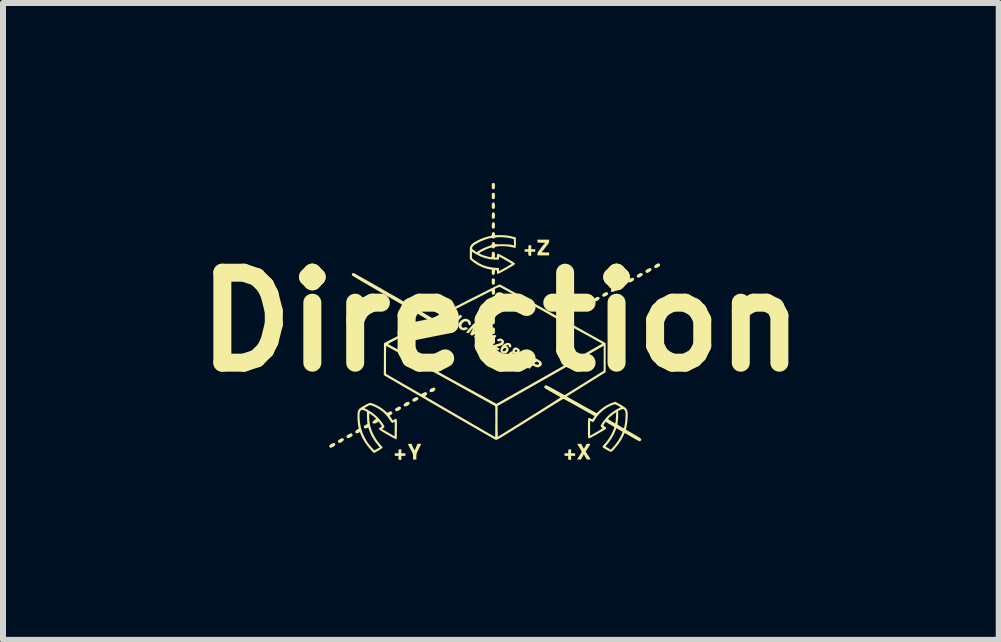
<source format=kicad_pcb>
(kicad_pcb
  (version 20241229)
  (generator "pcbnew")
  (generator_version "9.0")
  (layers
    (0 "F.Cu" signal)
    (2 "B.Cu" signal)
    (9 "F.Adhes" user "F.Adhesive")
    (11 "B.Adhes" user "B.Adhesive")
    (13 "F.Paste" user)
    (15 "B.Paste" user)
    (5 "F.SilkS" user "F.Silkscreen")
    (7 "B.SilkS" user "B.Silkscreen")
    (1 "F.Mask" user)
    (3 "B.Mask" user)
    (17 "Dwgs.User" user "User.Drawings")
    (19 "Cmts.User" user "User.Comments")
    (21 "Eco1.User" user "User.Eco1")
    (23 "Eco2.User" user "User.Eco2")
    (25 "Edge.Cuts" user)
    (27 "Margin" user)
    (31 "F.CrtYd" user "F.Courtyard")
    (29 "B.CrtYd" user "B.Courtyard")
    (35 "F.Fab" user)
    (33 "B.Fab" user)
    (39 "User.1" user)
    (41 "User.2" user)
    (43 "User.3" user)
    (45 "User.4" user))
  (footprint "Direction"
    (layer "F.Cu")
    (at 5.3 2.318)
    (property "Reference" "Direction" (at 0 0 0) (layer "F.SilkS") (effects (font (size 1.5 1.5) (thickness 0.3))))
    (attr board_only exclude_from_pos_files exclude_from_bom)
    (fp_poly (pts (xy -1.107 1.096) (xy -1.096 1.104) (xy -1.092 1.118) (xy -1.096 1.134) (xy -1.11 1.15) (xy -1.121 1.157) (xy -1.146 1.168) (xy -1.167 1.17) (xy -1.182 1.164) (xy -1.19 1.149) (xy -1.186 1.133) (xy -1.172 1.116) (xy -1.148 1.101) (xy -1.125 1.094)) (stroke (width 0) (type solid)) (fill yes) (layer "F.SilkS"))
    (fp_poly (pts (xy -1.533 1.332) (xy -1.525 1.339) (xy -1.519 1.353) (xy -1.525 1.369) (xy -1.541 1.386) (xy -1.552 1.393) (xy -1.578 1.405) (xy -1.6 1.408) (xy -1.615 1.401) (xy -1.622 1.388) (xy -1.617 1.372) (xy -1.602 1.356) (xy -1.577 1.34) (xy -1.575 1.339) (xy -1.551 1.331)) (stroke (width 0) (type solid)) (fill yes) (layer "F.SilkS"))
    (fp_poly (pts (xy -1.382 1.259) (xy -1.375 1.269) (xy -1.376 1.284) (xy -1.389 1.3) (xy -1.413 1.316) (xy -1.416 1.318) (xy -1.441 1.328) (xy -1.458 1.328) (xy -1.469 1.322) (xy -1.475 1.309) (xy -1.475 1.294) (xy -1.468 1.282) (xy -1.442 1.265) (xy -1.417 1.255) (xy -1.397 1.253)) (stroke (width 0) (type solid)) (fill yes) (layer "F.SilkS"))
    (fp_poly (pts (xy -0.294 0.226) (xy -0.277 0.236) (xy -0.266 0.245) (xy -0.262 0.249) (xy -0.266 0.256) (xy -0.276 0.267) (xy -0.29 0.279) (xy -0.322 0.261) (xy -0.339 0.251) (xy -0.35 0.242) (xy -0.354 0.238) (xy -0.35 0.231) (xy -0.34 0.221) (xy -0.34 0.221) (xy -0.326 0.208)) (stroke (width 0) (type solid)) (fill yes) (layer "F.SilkS"))
    (fp_poly (pts (xy 1.929 -0.568) (xy 1.933 -0.551) (xy 1.929 -0.539) (xy 1.916 -0.527) (xy 1.904 -0.518) (xy 1.877 -0.504) (xy 1.855 -0.501) (xy 1.84 -0.507) (xy 1.835 -0.515) (xy 1.832 -0.531) (xy 1.841 -0.546) (xy 1.862 -0.561) (xy 1.874 -0.568) (xy 1.899 -0.577) (xy 1.917 -0.577)) (stroke (width 0) (type solid)) (fill yes) (layer "F.SilkS"))
    (fp_poly (pts (xy 2.072 -0.651) (xy 2.079 -0.638) (xy 2.074 -0.622) (xy 2.059 -0.606) (xy 2.034 -0.59) (xy 2.033 -0.589) (xy 2.008 -0.58) (xy 1.991 -0.582) (xy 1.982 -0.588) (xy 1.977 -0.603) (xy 1.982 -0.619) (xy 1.998 -0.635) (xy 2.01 -0.643) (xy 2.038 -0.655) (xy 2.058 -0.658)) (stroke (width 0) (type solid)) (fill yes) (layer "F.SilkS"))
    (fp_poly (pts (xy -2.634 1.938) (xy -2.629 1.94) (xy -2.618 1.952) (xy -2.619 1.967) (xy -2.63 1.984) (xy -2.644 1.995) (xy -2.669 2.01) (xy -2.688 2.016) (xy -2.703 2.013) (xy -2.71 2.007) (xy -2.718 1.992) (xy -2.713 1.976) (xy -2.696 1.961) (xy -2.675 1.949) (xy -2.656 1.94) (xy -2.643 1.936)) (stroke (width 0) (type solid)) (fill yes) (layer "F.SilkS"))
    (fp_poly (pts (xy 0.436 0.645) (xy 0.454 0.655) (xy 0.47 0.665) (xy 0.473 0.667) (xy 0.48 0.674) (xy 0.48 0.679) (xy 0.472 0.688) (xy 0.47 0.691) (xy 0.454 0.706) (xy 0.422 0.688) (xy 0.405 0.678) (xy 0.394 0.669) (xy 0.39 0.665) (xy 0.394 0.657) (xy 0.401 0.646) (xy 0.412 0.633)) (stroke (width 0) (type solid)) (fill yes) (layer "F.SilkS"))
    (fp_poly (pts (xy 1.196 -0.178) (xy 1.202 -0.173) (xy 1.213 -0.158) (xy 1.211 -0.143) (xy 1.197 -0.128) (xy 1.174 -0.114) (xy 1.151 -0.104) (xy 1.135 -0.101) (xy 1.123 -0.104) (xy 1.12 -0.106) (xy 1.111 -0.119) (xy 1.113 -0.134) (xy 1.126 -0.151) (xy 1.137 -0.159) (xy 1.162 -0.174) (xy 1.181 -0.18)) (stroke (width 0) (type solid)) (fill yes) (layer "F.SilkS"))
    (fp_poly (pts (xy 1.493 -0.334) (xy 1.501 -0.32) (xy 1.498 -0.304) (xy 1.485 -0.288) (xy 1.463 -0.274) (xy 1.434 -0.263) (xy 1.433 -0.262) (xy 1.417 -0.261) (xy 1.406 -0.268) (xy 1.398 -0.281) (xy 1.398 -0.293) (xy 1.408 -0.306) (xy 1.428 -0.321) (xy 1.441 -0.328) (xy 1.464 -0.339) (xy 1.481 -0.341)) (stroke (width 0) (type solid)) (fill yes) (layer "F.SilkS"))
    (fp_poly (pts (xy 1.637 -0.413) (xy 1.637 -0.413) (xy 1.646 -0.4) (xy 1.644 -0.386) (xy 1.631 -0.37) (xy 1.612 -0.357) (xy 1.585 -0.345) (xy 1.564 -0.342) (xy 1.55 -0.349) (xy 1.543 -0.363) (xy 1.548 -0.378) (xy 1.563 -0.394) (xy 1.588 -0.41) (xy 1.59 -0.411) (xy 1.609 -0.419) (xy 1.623 -0.42)) (stroke (width 0) (type solid)) (fill yes) (layer "F.SilkS"))
    (fp_poly (pts (xy 1.779 -0.491) (xy 1.785 -0.482) (xy 1.788 -0.468) (xy 1.781 -0.454) (xy 1.764 -0.441) (xy 1.749 -0.432) (xy 1.725 -0.423) (xy 1.706 -0.422) (xy 1.696 -0.426) (xy 1.691 -0.436) (xy 1.69 -0.449) (xy 1.695 -0.461) (xy 1.706 -0.472) (xy 1.722 -0.483) (xy 1.747 -0.495) (xy 1.766 -0.498)) (stroke (width 0) (type solid)) (fill yes) (layer "F.SilkS"))
    (fp_poly (pts (xy -2.487 1.859) (xy -2.482 1.863) (xy -2.471 1.878) (xy -2.472 1.893) (xy -2.485 1.908) (xy -2.51 1.923) (xy -2.532 1.933) (xy -2.548 1.936) (xy -2.56 1.933) (xy -2.563 1.931) (xy -2.573 1.918) (xy -2.572 1.903) (xy -2.559 1.887) (xy -2.536 1.872) (xy -2.519 1.863) (xy -2.504 1.857) (xy -2.494 1.855)) (stroke (width 0) (type solid)) (fill yes) (layer "F.SilkS"))
    (fp_poly (pts (xy -1.676 1.413) (xy -1.672 1.416) (xy -1.664 1.431) (xy -1.668 1.447) (xy -1.682 1.463) (xy -1.706 1.478) (xy -1.73 1.487) (xy -1.749 1.486) (xy -1.761 1.476) (xy -1.763 1.472) (xy -1.766 1.46) (xy -1.762 1.449) (xy -1.751 1.439) (xy -1.731 1.426) (xy -1.728 1.424) (xy -1.704 1.413) (xy -1.688 1.409)) (stroke (width 0) (type solid)) (fill yes) (layer "F.SilkS"))
    (fp_poly (pts (xy 2.359 -0.809) (xy 2.36 -0.808) (xy 2.366 -0.793) (xy 2.36 -0.778) (xy 2.343 -0.762) (xy 2.33 -0.754) (xy 2.308 -0.743) (xy 2.293 -0.739) (xy 2.282 -0.741) (xy 2.272 -0.749) (xy 2.272 -0.75) (xy 2.265 -0.764) (xy 2.269 -0.779) (xy 2.285 -0.794) (xy 2.297 -0.802) (xy 2.324 -0.814) (xy 2.345 -0.816)) (stroke (width 0) (type solid)) (fill yes) (layer "F.SilkS"))
    (fp_poly (pts (xy 2.493 -0.898) (xy 2.502 -0.892) (xy 2.502 -0.892) (xy 2.511 -0.878) (xy 2.508 -0.863) (xy 2.493 -0.847) (xy 2.479 -0.837) (xy 2.457 -0.824) (xy 2.441 -0.818) (xy 2.429 -0.819) (xy 2.419 -0.825) (xy 2.409 -0.838) (xy 2.411 -0.852) (xy 2.422 -0.867) (xy 2.441 -0.882) (xy 2.467 -0.893) (xy 2.483 -0.898)) (stroke (width 0) (type solid)) (fill yes) (layer "F.SilkS"))
    (fp_poly (pts (xy 2.645 -0.973) (xy 2.653 -0.959) (xy 2.654 -0.941) (xy 2.648 -0.934) (xy 2.635 -0.924) (xy 2.618 -0.913) (xy 2.6 -0.904) (xy 2.585 -0.898) (xy 2.579 -0.897) (xy 2.567 -0.901) (xy 2.562 -0.905) (xy 2.556 -0.921) (xy 2.561 -0.937) (xy 2.577 -0.954) (xy 2.583 -0.958) (xy 2.609 -0.973) (xy 2.63 -0.978)) (stroke (width 0) (type solid)) (fill yes) (layer "F.SilkS"))
    (fp_poly (pts (xy -0.115 -1.992) (xy -0.105 -1.98) (xy -0.099 -1.96) (xy -0.098 -1.942) (xy -0.099 -1.92) (xy -0.102 -1.903) (xy -0.104 -1.896) (xy -0.115 -1.887) (xy -0.13 -1.885) (xy -0.144 -1.891) (xy -0.145 -1.892) (xy -0.15 -1.903) (xy -0.152 -1.922) (xy -0.152 -1.944) (xy -0.15 -1.965) (xy -0.146 -1.981) (xy -0.143 -1.985) (xy -0.128 -1.994)) (stroke (width 0) (type solid)) (fill yes) (layer "F.SilkS"))
    (fp_poly (pts (xy -0.115 -1.828) (xy -0.105 -1.816) (xy -0.099 -1.795) (xy -0.098 -1.777) (xy -0.099 -1.756) (xy -0.102 -1.738) (xy -0.104 -1.732) (xy -0.115 -1.722) (xy -0.13 -1.72) (xy -0.144 -1.726) (xy -0.145 -1.727) (xy -0.15 -1.738) (xy -0.152 -1.757) (xy -0.152 -1.78) (xy -0.15 -1.801) (xy -0.146 -1.816) (xy -0.143 -1.82) (xy -0.128 -1.829)) (stroke (width 0) (type solid)) (fill yes) (layer "F.SilkS"))
    (fp_poly (pts (xy -0.115 -1.663) (xy -0.105 -1.651) (xy -0.099 -1.63) (xy -0.098 -1.612) (xy -0.099 -1.591) (xy -0.102 -1.574) (xy -0.104 -1.567) (xy -0.115 -1.558) (xy -0.13 -1.556) (xy -0.144 -1.562) (xy -0.145 -1.562) (xy -0.15 -1.574) (xy -0.152 -1.593) (xy -0.152 -1.615) (xy -0.15 -1.636) (xy -0.146 -1.651) (xy -0.143 -1.655) (xy -0.128 -1.665)) (stroke (width 0) (type solid)) (fill yes) (layer "F.SilkS"))
    (fp_poly (pts (xy -0.111 0.094) (xy -0.103 0.104) (xy -0.099 0.121) (xy -0.098 0.146) (xy -0.099 0.173) (xy -0.104 0.19) (xy -0.113 0.199) (xy -0.125 0.201) (xy -0.139 0.198) (xy -0.145 0.194) (xy -0.149 0.184) (xy -0.152 0.165) (xy -0.152 0.143) (xy -0.151 0.122) (xy -0.148 0.106) (xy -0.145 0.099) (xy -0.133 0.093) (xy -0.125 0.091)) (stroke (width 0) (type solid)) (fill yes) (layer "F.SilkS"))
    (fp_poly (pts (xy -0.111 -0.235) (xy -0.103 -0.225) (xy -0.099 -0.207) (xy -0.099 -0.18) (xy -0.101 -0.156) (xy -0.104 -0.142) (xy -0.109 -0.134) (xy -0.113 -0.131) (xy -0.126 -0.126) (xy -0.134 -0.127) (xy -0.143 -0.132) (xy -0.149 -0.141) (xy -0.152 -0.157) (xy -0.152 -0.183) (xy -0.152 -0.183) (xy -0.151 -0.21) (xy -0.146 -0.227) (xy -0.137 -0.236) (xy -0.125 -0.238)) (stroke (width 0) (type solid)) (fill yes) (layer "F.SilkS"))
    (fp_poly (pts (xy -0.111 -0.07) (xy -0.103 -0.06) (xy -0.099 -0.042) (xy -0.099 -0.015) (xy -0.101 0.008) (xy -0.104 0.023) (xy -0.11 0.031) (xy -0.113 0.034) (xy -0.124 0.039) (xy -0.135 0.036) (xy -0.139 0.033) (xy -0.146 0.026) (xy -0.15 0.017) (xy -0.152 0.001) (xy -0.152 -0.017) (xy -0.151 -0.045) (xy -0.147 -0.062) (xy -0.138 -0.071) (xy -0.125 -0.073)) (stroke (width 0) (type solid)) (fill yes) (layer "F.SilkS"))
    (fp_poly (pts (xy 2.204 -0.735) (xy 2.216 -0.73) (xy 2.22 -0.718) (xy 2.22 -0.713) (xy 2.218 -0.701) (xy 2.211 -0.691) (xy 2.195 -0.68) (xy 2.191 -0.677) (xy 2.165 -0.663) (xy 2.146 -0.659) (xy 2.131 -0.664) (xy 2.13 -0.666) (xy 2.124 -0.678) (xy 2.122 -0.687) (xy 2.128 -0.701) (xy 2.142 -0.716) (xy 2.161 -0.727) (xy 2.182 -0.735) (xy 2.202 -0.736)) (stroke (width 0) (type solid)) (fill yes) (layer "F.SilkS"))
    (fp_poly (pts (xy -2.776 2.017) (xy -2.766 2.026) (xy -2.761 2.042) (xy -2.763 2.057) (xy -2.764 2.057) (xy -2.772 2.065) (xy -2.788 2.076) (xy -2.807 2.086) (xy -2.824 2.094) (xy -2.837 2.098) (xy -2.837 2.098) (xy -2.849 2.094) (xy -2.853 2.091) (xy -2.86 2.076) (xy -2.858 2.059) (xy -2.849 2.047) (xy -2.835 2.037) (xy -2.817 2.028) (xy -2.798 2.02) (xy -2.782 2.017)) (stroke (width 0) (type solid)) (fill yes) (layer "F.SilkS"))
    (fp_poly (pts (xy 1.338 -0.26) (xy 1.349 -0.25) (xy 1.355 -0.235) (xy 1.353 -0.22) (xy 1.352 -0.219) (xy 1.343 -0.211) (xy 1.327 -0.2) (xy 1.307 -0.19) (xy 1.289 -0.182) (xy 1.286 -0.181) (xy 1.273 -0.181) (xy 1.267 -0.184) (xy 1.258 -0.195) (xy 1.257 -0.21) (xy 1.265 -0.226) (xy 1.269 -0.231) (xy 1.285 -0.242) (xy 1.304 -0.252) (xy 1.323 -0.259) (xy 1.336 -0.261)) (stroke (width 0) (type solid)) (fill yes) (layer "F.SilkS"))
    (fp_poly (pts (xy -0.119 -2.318) (xy -0.11 -2.313) (xy -0.103 -2.305) (xy -0.099 -2.295) (xy -0.098 -2.278) (xy -0.099 -2.263) (xy -0.101 -2.24) (xy -0.104 -2.226) (xy -0.111 -2.218) (xy -0.113 -2.216) (xy -0.124 -2.211) (xy -0.135 -2.214) (xy -0.139 -2.217) (xy -0.147 -2.224) (xy -0.151 -2.235) (xy -0.152 -2.252) (xy -0.152 -2.264) (xy -0.152 -2.285) (xy -0.15 -2.302) (xy -0.148 -2.309) (xy -0.135 -2.318)) (stroke (width 0) (type solid)) (fill yes) (layer "F.SilkS"))
    (fp_poly (pts (xy -0.119 -0.726) (xy -0.11 -0.721) (xy -0.103 -0.713) (xy -0.099 -0.703) (xy -0.098 -0.687) (xy -0.099 -0.672) (xy -0.101 -0.649) (xy -0.104 -0.634) (xy -0.111 -0.626) (xy -0.113 -0.624) (xy -0.124 -0.619) (xy -0.135 -0.623) (xy -0.139 -0.626) (xy -0.147 -0.633) (xy -0.151 -0.643) (xy -0.152 -0.66) (xy -0.152 -0.673) (xy -0.152 -0.694) (xy -0.15 -0.71) (xy -0.148 -0.717) (xy -0.135 -0.727)) (stroke (width 0) (type solid)) (fill yes) (layer "F.SilkS"))
    (fp_poly (pts (xy -0.111 -2.152) (xy -0.103 -2.144) (xy -0.099 -2.129) (xy -0.099 -2.104) (xy -0.099 -2.099) (xy -0.101 -2.076) (xy -0.104 -2.062) (xy -0.11 -2.053) (xy -0.113 -2.051) (xy -0.124 -2.046) (xy -0.135 -2.05) (xy -0.139 -2.053) (xy -0.147 -2.06) (xy -0.151 -2.07) (xy -0.152 -2.087) (xy -0.152 -2.1) (xy -0.151 -2.126) (xy -0.147 -2.143) (xy -0.14 -2.151) (xy -0.128 -2.154) (xy -0.125 -2.154)) (stroke (width 0) (type solid)) (fill yes) (layer "F.SilkS"))
    (fp_poly (pts (xy -0.664 -0.111) (xy -0.652 -0.103) (xy -0.647 -0.097) (xy -0.646 -0.096) (xy -0.65 -0.09) (xy -0.661 -0.077) (xy -0.677 -0.059) (xy -0.696 -0.037) (xy -0.716 -0.015) (xy -0.737 0.008) (xy -0.755 0.027) (xy -0.77 0.043) (xy -0.78 0.052) (xy -0.783 0.053) (xy -0.792 0.051) (xy -0.805 0.043) (xy -0.805 0.043) (xy -0.82 0.031) (xy -0.802 0.011) (xy -0.79 -0.002) (xy -0.773 -0.021) (xy -0.752 -0.043) (xy -0.733 -0.065) (xy -0.682 -0.121)) (stroke (width 0) (type solid)) (fill yes) (layer "F.SilkS"))
    (fp_poly (pts (xy -1.659 2.155) (xy -1.659 2.189) (xy -1.625 2.189) (xy -1.592 2.189) (xy -1.592 2.211) (xy -1.592 2.232) (xy -1.625 2.232) (xy -1.659 2.232) (xy -1.659 2.266) (xy -1.659 2.299) (xy -1.679 2.299) (xy -1.694 2.298) (xy -1.703 2.295) (xy -1.703 2.295) (xy -1.706 2.287) (xy -1.707 2.271) (xy -1.708 2.262) (xy -1.708 2.232) (xy -1.738 2.232) (xy -1.769 2.232) (xy -1.769 2.211) (xy -1.769 2.189) (xy -1.738 2.189) (xy -1.708 2.189) (xy -1.706 2.157) (xy -1.705 2.125) (xy -1.682 2.123) (xy -1.659 2.122)) (stroke (width 0) (type solid)) (fill yes) (layer "F.SilkS"))
    (fp_poly (pts (xy 0.506 -1.247) (xy 0.506 -1.214) (xy 0.54 -1.214) (xy 0.573 -1.214) (xy 0.573 -1.192) (xy 0.573 -1.171) (xy 0.54 -1.171) (xy 0.506 -1.171) (xy 0.506 -1.137) (xy 0.506 -1.104) (xy 0.486 -1.104) (xy 0.471 -1.105) (xy 0.462 -1.108) (xy 0.461 -1.108) (xy 0.459 -1.116) (xy 0.458 -1.132) (xy 0.457 -1.141) (xy 0.457 -1.171) (xy 0.427 -1.171) (xy 0.396 -1.171) (xy 0.396 -1.192) (xy 0.396 -1.214) (xy 0.427 -1.214) (xy 0.457 -1.214) (xy 0.459 -1.246) (xy 0.46 -1.278) (xy 0.483 -1.28) (xy 0.506 -1.281)) (stroke (width 0) (type solid)) (fill yes) (layer "F.SilkS"))
    (fp_poly (pts (xy 1.171 2.155) (xy 1.171 2.189) (xy 1.204 2.189) (xy 1.238 2.189) (xy 1.238 2.211) (xy 1.238 2.232) (xy 1.204 2.232) (xy 1.171 2.232) (xy 1.171 2.266) (xy 1.171 2.299) (xy 1.151 2.299) (xy 1.136 2.298) (xy 1.126 2.295) (xy 1.126 2.295) (xy 1.124 2.287) (xy 1.122 2.271) (xy 1.122 2.262) (xy 1.122 2.232) (xy 1.092 2.232) (xy 1.061 2.232) (xy 1.061 2.211) (xy 1.061 2.189) (xy 1.091 2.189) (xy 1.121 2.189) (xy 1.123 2.157) (xy 1.125 2.125) (xy 1.148 2.123) (xy 1.171 2.122)) (stroke (width 0) (type solid)) (fill yes) (layer "F.SilkS"))
    (fp_poly (pts (xy 0.805 -1.346) (xy 0.804 -1.336) (xy 0.801 -1.326) (xy 0.796 -1.314) (xy 0.786 -1.299) (xy 0.771 -1.278) (xy 0.749 -1.251) (xy 0.741 -1.241) (xy 0.678 -1.162) (xy 0.742 -1.16) (xy 0.805 -1.158) (xy 0.805 -1.134) (xy 0.805 -1.11) (xy 0.707 -1.11) (xy 0.61 -1.11) (xy 0.61 -1.134) (xy 0.611 -1.144) (xy 0.613 -1.155) (xy 0.619 -1.167) (xy 0.63 -1.183) (xy 0.646 -1.204) (xy 0.668 -1.232) (xy 0.673 -1.24) (xy 0.737 -1.32) (xy 0.673 -1.322) (xy 0.61 -1.324) (xy 0.61 -1.348) (xy 0.61 -1.372) (xy 0.707 -1.372) (xy 0.805 -1.372)) (stroke (width 0) (type solid)) (fill yes) (layer "F.SilkS"))
    (fp_poly (pts (xy 0.01 -0.491) (xy 0.034 -0.475) (xy 0.049 -0.456) (xy 0.06 -0.428) (xy 0.06 -0.402) (xy 0.052 -0.378) (xy 0.037 -0.358) (xy 0.016 -0.343) (xy -0.008 -0.334) (xy -0.033 -0.332) (xy -0.058 -0.34) (xy -0.082 -0.357) (xy -0.083 -0.358) (xy -0.098 -0.374) (xy -0.098 -0.341) (xy -0.1 -0.313) (xy -0.107 -0.297) (xy -0.119 -0.29) (xy -0.137 -0.293) (xy -0.139 -0.293) (xy -0.146 -0.297) (xy -0.15 -0.304) (xy -0.152 -0.316) (xy -0.152 -0.336) (xy -0.152 -0.344) (xy -0.151 -0.373) (xy -0.147 -0.391) (xy -0.138 -0.4) (xy -0.125 -0.401) (xy -0.119 -0.4) (xy -0.109 -0.399) (xy -0.105 -0.403) (xy -0.104 -0.417) (xy -0.104 -0.418) (xy -0.098 -0.447) (xy -0.083 -0.471) (xy -0.059 -0.488) (xy -0.03 -0.496) (xy -0.021 -0.496)) (stroke (width 0) (type solid)) (fill yes) (layer "F.SilkS"))
    (fp_poly (pts (xy 0.589 0.61) (xy 0.605 0.618) (xy 0.617 0.625) (xy 0.645 0.642) (xy 0.664 0.656) (xy 0.676 0.669) (xy 0.682 0.682) (xy 0.683 0.696) (xy 0.681 0.712) (xy 0.673 0.726) (xy 0.661 0.737) (xy 0.637 0.752) (xy 0.61 0.756) (xy 0.579 0.749) (xy 0.56 0.74) (xy 0.53 0.724) (xy 0.504 0.752) (xy 0.479 0.781) (xy 0.459 0.768) (xy 0.438 0.756) (xy 0.496 0.692) (xy 0.563 0.692) (xy 0.571 0.7) (xy 0.578 0.704) (xy 0.602 0.712) (xy 0.621 0.71) (xy 0.631 0.702) (xy 0.637 0.693) (xy 0.636 0.686) (xy 0.627 0.678) (xy 0.609 0.664) (xy 0.593 0.661) (xy 0.578 0.669) (xy 0.576 0.671) (xy 0.564 0.684) (xy 0.563 0.692) (xy 0.496 0.692) (xy 0.497 0.691) (xy 0.52 0.666) (xy 0.539 0.644) (xy 0.555 0.627) (xy 0.566 0.616) (xy 0.567 0.614) (xy 0.573 0.608) (xy 0.58 0.607)) (stroke (width 0) (type solid)) (fill yes) (layer "F.SilkS"))
    (fp_poly (pts (xy -1.465 2.087) (xy -1.454 2.11) (xy -1.445 2.128) (xy -1.439 2.138) (xy -1.437 2.14) (xy -1.434 2.134) (xy -1.427 2.119) (xy -1.418 2.098) (xy -1.412 2.084) (xy -1.389 2.031) (xy -1.359 2.031) (xy -1.342 2.031) (xy -1.331 2.033) (xy -1.329 2.034) (xy -1.332 2.04) (xy -1.339 2.055) (xy -1.35 2.077) (xy -1.363 2.104) (xy -1.369 2.116) (xy -1.385 2.147) (xy -1.395 2.17) (xy -1.402 2.188) (xy -1.406 2.203) (xy -1.408 2.217) (xy -1.409 2.235) (xy -1.409 2.244) (xy -1.409 2.293) (xy -1.436 2.293) (xy -1.464 2.293) (xy -1.464 2.247) (xy -1.464 2.229) (xy -1.465 2.214) (xy -1.468 2.2) (xy -1.474 2.185) (xy -1.483 2.165) (xy -1.496 2.139) (xy -1.506 2.12) (xy -1.521 2.091) (xy -1.534 2.066) (xy -1.543 2.048) (xy -1.548 2.037) (xy -1.549 2.035) (xy -1.544 2.032) (xy -1.53 2.031) (xy -1.519 2.031) (xy -1.49 2.031)) (stroke (width 0) (type solid)) (fill yes) (layer "F.SilkS"))
    (fp_poly (pts (xy -0.546 -0.044) (xy -0.543 -0.042) (xy -0.519 -0.024) (xy -0.505 -0.005) (xy -0.5 0.018) (xy -0.5 0.023) (xy -0.502 0.042) (xy -0.507 0.051) (xy -0.518 0.051) (xy -0.527 0.048) (xy -0.54 0.038) (xy -0.543 0.024) (xy -0.548 0.006) (xy -0.563 -0.007) (xy -0.582 -0.012) (xy -0.584 -0.012) (xy -0.606 -0.008) (xy -0.627 0.004) (xy -0.643 0.021) (xy -0.654 0.041) (xy -0.658 0.061) (xy -0.654 0.079) (xy -0.647 0.087) (xy -0.632 0.096) (xy -0.613 0.095) (xy -0.599 0.089) (xy -0.587 0.084) (xy -0.578 0.086) (xy -0.565 0.095) (xy -0.565 0.095) (xy -0.554 0.106) (xy -0.551 0.112) (xy -0.557 0.117) (xy -0.559 0.119) (xy -0.576 0.128) (xy -0.599 0.136) (xy -0.62 0.14) (xy -0.625 0.14) (xy -0.639 0.137) (xy -0.656 0.131) (xy -0.656 0.131) (xy -0.683 0.114) (xy -0.7 0.091) (xy -0.706 0.064) (xy -0.703 0.035) (xy -0.689 0.005) (xy -0.669 -0.019) (xy -0.639 -0.041) (xy -0.608 -0.053) (xy -0.576 -0.054)) (stroke (width 0) (type solid)) (fill yes) (layer "F.SilkS"))
    (fp_poly (pts (xy 0.023 0.286) (xy 0.034 0.295) (xy 0.05 0.315) (xy 0.054 0.333) (xy 0.048 0.354) (xy 0.043 0.363) (xy 0.033 0.376) (xy 0.02 0.386) (xy 0.001 0.394) (xy -0.026 0.401) (xy -0.032 0.403) (xy -0.051 0.408) (xy -0.063 0.412) (xy -0.067 0.415) (xy -0.062 0.42) (xy -0.05 0.428) (xy -0.042 0.433) (xy -0.017 0.446) (xy -0.031 0.461) (xy -0.041 0.471) (xy -0.048 0.475) (xy -0.048 0.476) (xy -0.055 0.473) (xy -0.069 0.465) (xy -0.089 0.454) (xy -0.102 0.447) (xy -0.124 0.434) (xy -0.14 0.422) (xy -0.149 0.414) (xy -0.15 0.412) (xy -0.142 0.401) (xy -0.123 0.39) (xy -0.098 0.379) (xy -0.068 0.369) (xy -0.063 0.368) (xy -0.037 0.361) (xy -0.015 0.352) (xy -0.000483 0.344) (xy -0.000208 0.344) (xy 0.01 0.334) (xy 0.011 0.327) (xy 0.005 0.32) (xy -0.003 0.313) (xy -0.011 0.314) (xy -0.021 0.319) (xy -0.032 0.325) (xy -0.04 0.325) (xy -0.051 0.316) (xy -0.052 0.315) (xy -0.069 0.301) (xy -0.052 0.288) (xy -0.028 0.276) (xy -0.002 0.275)) (stroke (width 0) (type solid)) (fill yes) (layer "F.SilkS"))
    (fp_poly (pts (xy 0.141 0.352) (xy 0.16 0.365) (xy 0.171 0.385) (xy 0.173 0.398) (xy 0.172 0.417) (xy 0.167 0.425) (xy 0.155 0.424) (xy 0.146 0.421) (xy 0.134 0.413) (xy 0.131 0.405) (xy 0.131 0.402) (xy 0.131 0.391) (xy 0.121 0.386) (xy 0.106 0.387) (xy 0.099 0.39) (xy 0.088 0.396) (xy 0.088 0.399) (xy 0.095 0.402) (xy 0.114 0.416) (xy 0.126 0.435) (xy 0.129 0.458) (xy 0.124 0.481) (xy 0.11 0.503) (xy 0.096 0.515) (xy 0.072 0.525) (xy 0.046 0.528) (xy 0.031 0.524) (xy 0.009 0.512) (xy -0.002 0.496) (xy -0.006 0.473) (xy -0.006 0.471) (xy -0.005 0.466) (xy 0.032 0.466) (xy 0.033 0.48) (xy 0.034 0.482) (xy 0.043 0.488) (xy 0.058 0.486) (xy 0.073 0.478) (xy 0.079 0.472) (xy 0.089 0.455) (xy 0.09 0.442) (xy 0.08 0.433) (xy 0.067 0.432) (xy 0.052 0.44) (xy 0.04 0.452) (xy 0.032 0.466) (xy -0.005 0.466) (xy -0.001 0.44) (xy 0.014 0.411) (xy 0.036 0.384) (xy 0.063 0.364) (xy 0.092 0.351) (xy 0.114 0.348)) (stroke (width 0) (type solid)) (fill yes) (layer "F.SilkS"))
    (fp_poly (pts (xy 1.485 2.032) (xy 1.489 2.035) (xy 1.488 2.042) (xy 1.482 2.055) (xy 1.469 2.074) (xy 1.451 2.103) (xy 1.448 2.108) (xy 1.414 2.16) (xy 1.454 2.222) (xy 1.47 2.247) (xy 1.482 2.267) (xy 1.491 2.282) (xy 1.494 2.289) (xy 1.494 2.289) (xy 1.489 2.291) (xy 1.475 2.293) (xy 1.464 2.293) (xy 1.45 2.293) (xy 1.44 2.291) (xy 1.432 2.287) (xy 1.424 2.277) (xy 1.414 2.26) (xy 1.4 2.236) (xy 1.383 2.206) (xy 1.359 2.25) (xy 1.335 2.293) (xy 1.302 2.293) (xy 1.269 2.293) (xy 1.308 2.231) (xy 1.324 2.206) (xy 1.336 2.185) (xy 1.345 2.169) (xy 1.348 2.162) (xy 1.348 2.162) (xy 1.345 2.154) (xy 1.336 2.139) (xy 1.324 2.118) (xy 1.311 2.096) (xy 1.297 2.072) (xy 1.285 2.052) (xy 1.277 2.039) (xy 1.275 2.034) (xy 1.28 2.032) (xy 1.294 2.031) (xy 1.307 2.031) (xy 1.339 2.031) (xy 1.359 2.07) (xy 1.37 2.09) (xy 1.378 2.104) (xy 1.383 2.11) (xy 1.383 2.11) (xy 1.388 2.105) (xy 1.397 2.092) (xy 1.407 2.073) (xy 1.409 2.07) (xy 1.43 2.031) (xy 1.462 2.031) (xy 1.476 2.031)) (stroke (width 0) (type solid)) (fill yes) (layer "F.SilkS"))
    (fp_poly (pts (xy 0.388 0.498) (xy 0.41 0.508) (xy 0.425 0.521) (xy 0.427 0.524) (xy 0.432 0.545) (xy 0.43 0.566) (xy 0.42 0.584) (xy 0.404 0.595) (xy 0.392 0.598) (xy 0.383 0.6) (xy 0.382 0.61) (xy 0.382 0.628) (xy 0.374 0.648) (xy 0.36 0.664) (xy 0.356 0.667) (xy 0.338 0.674) (xy 0.314 0.676) (xy 0.29 0.673) (xy 0.283 0.671) (xy 0.265 0.658) (xy 0.254 0.637) (xy 0.252 0.629) (xy 0.293 0.629) (xy 0.297 0.636) (xy 0.308 0.64) (xy 0.323 0.636) (xy 0.332 0.629) (xy 0.34 0.614) (xy 0.338 0.601) (xy 0.33 0.594) (xy 0.317 0.594) (xy 0.304 0.601) (xy 0.295 0.615) (xy 0.293 0.629) (xy 0.252 0.629) (xy 0.25 0.614) (xy 0.256 0.59) (xy 0.26 0.582) (xy 0.272 0.571) (xy 0.29 0.561) (xy 0.293 0.56) (xy 0.308 0.554) (xy 0.313 0.548) (xy 0.354 0.548) (xy 0.357 0.562) (xy 0.367 0.567) (xy 0.381 0.563) (xy 0.388 0.555) (xy 0.39 0.543) (xy 0.384 0.534) (xy 0.384 0.534) (xy 0.372 0.532) (xy 0.36 0.537) (xy 0.354 0.547) (xy 0.354 0.548) (xy 0.313 0.548) (xy 0.315 0.546) (xy 0.316 0.539) (xy 0.321 0.52) (xy 0.335 0.504) (xy 0.355 0.495) (xy 0.364 0.494)) (stroke (width 0) (type solid)) (fill yes) (layer "F.SilkS"))
    (fp_poly (pts (xy -0.094 0.218) (xy -0.091 0.22) (xy -0.078 0.226) (xy -0.074 0.232) (xy -0.081 0.242) (xy -0.086 0.248) (xy -0.093 0.257) (xy -0.097 0.269) (xy -0.098 0.286) (xy -0.098 0.305) (xy -0.098 0.331) (xy -0.101 0.35) (xy -0.104 0.357) (xy -0.115 0.364) (xy -0.13 0.366) (xy -0.141 0.362) (xy -0.143 0.36) (xy -0.151 0.357) (xy -0.155 0.359) (xy -0.166 0.362) (xy -0.171 0.36) (xy -0.181 0.359) (xy -0.195 0.369) (xy -0.195 0.369) (xy -0.206 0.378) (xy -0.215 0.38) (xy -0.227 0.374) (xy -0.24 0.366) (xy -0.243 0.357) (xy -0.234 0.347) (xy -0.232 0.344) (xy -0.225 0.338) (xy -0.224 0.333) (xy -0.231 0.327) (xy -0.247 0.317) (xy -0.25 0.316) (xy -0.266 0.305) (xy -0.278 0.297) (xy -0.281 0.293) (xy -0.278 0.288) (xy -0.212 0.288) (xy -0.211 0.291) (xy -0.205 0.296) (xy -0.205 0.296) (xy -0.196 0.302) (xy -0.193 0.303) (xy -0.189 0.298) (xy -0.18 0.288) (xy -0.177 0.285) (xy -0.169 0.275) (xy -0.169 0.271) (xy -0.171 0.271) (xy -0.194 0.279) (xy -0.207 0.284) (xy -0.212 0.288) (xy -0.278 0.288) (xy -0.276 0.282) (xy -0.261 0.271) (xy -0.235 0.258) (xy -0.199 0.243) (xy -0.184 0.238) (xy -0.152 0.228) (xy -0.13 0.221) (xy -0.114 0.217) (xy -0.103 0.217)) (stroke (width 0) (type solid)) (fill yes) (layer "F.SilkS"))
    (fp_poly (pts (xy 0.258 0.426) (xy 0.28 0.434) (xy 0.299 0.447) (xy 0.313 0.464) (xy 0.317 0.479) (xy 0.313 0.494) (xy 0.303 0.51) (xy 0.289 0.523) (xy 0.277 0.53) (xy 0.274 0.531) (xy 0.266 0.534) (xy 0.264 0.546) (xy 0.264 0.548) (xy 0.259 0.573) (xy 0.244 0.592) (xy 0.221 0.605) (xy 0.192 0.61) (xy 0.192 0.61) (xy 0.174 0.607) (xy 0.158 0.598) (xy 0.149 0.589) (xy 0.133 0.569) (xy 0.128 0.552) (xy 0.171 0.552) (xy 0.176 0.563) (xy 0.186 0.572) (xy 0.192 0.573) (xy 0.201 0.569) (xy 0.212 0.559) (xy 0.213 0.558) (xy 0.223 0.544) (xy 0.222 0.532) (xy 0.213 0.525) (xy 0.206 0.524) (xy 0.192 0.528) (xy 0.179 0.538) (xy 0.171 0.549) (xy 0.171 0.552) (xy 0.128 0.552) (xy 0.128 0.551) (xy 0.128 0.55) (xy 0.133 0.529) (xy 0.147 0.51) (xy 0.166 0.495) (xy 0.177 0.491) (xy 0.191 0.485) (xy 0.194 0.477) (xy 0.235 0.477) (xy 0.236 0.488) (xy 0.238 0.491) (xy 0.25 0.499) (xy 0.263 0.496) (xy 0.268 0.491) (xy 0.273 0.478) (xy 0.268 0.468) (xy 0.257 0.463) (xy 0.243 0.467) (xy 0.235 0.477) (xy 0.194 0.477) (xy 0.195 0.475) (xy 0.195 0.473) (xy 0.2 0.454) (xy 0.214 0.437) (xy 0.231 0.426) (xy 0.236 0.425)) (stroke (width 0) (type solid)) (fill yes) (layer "F.SilkS"))
    (fp_poly (pts (xy -0.425 0.027) (xy -0.417 0.031) (xy -0.402 0.04) (xy -0.392 0.046) (xy -0.391 0.047) (xy -0.392 0.053) (xy -0.399 0.067) (xy -0.409 0.087) (xy -0.418 0.105) (xy -0.43 0.128) (xy -0.438 0.143) (xy -0.441 0.152) (xy -0.438 0.153) (xy -0.427 0.148) (xy -0.409 0.136) (xy -0.381 0.118) (xy -0.37 0.111) (xy -0.328 0.083) (xy -0.301 0.098) (xy -0.286 0.107) (xy -0.276 0.113) (xy -0.274 0.114) (xy -0.278 0.12) (xy -0.289 0.132) (xy -0.304 0.15) (xy -0.323 0.171) (xy -0.344 0.193) (xy -0.364 0.216) (xy -0.384 0.236) (xy -0.399 0.253) (xy -0.41 0.264) (xy -0.415 0.268) (xy -0.421 0.265) (xy -0.433 0.257) (xy -0.433 0.256) (xy -0.448 0.244) (xy -0.406 0.202) (xy -0.388 0.184) (xy -0.375 0.169) (xy -0.368 0.16) (xy -0.368 0.159) (xy -0.375 0.162) (xy -0.389 0.17) (xy -0.409 0.183) (xy -0.426 0.195) (xy -0.45 0.21) (xy -0.466 0.22) (xy -0.477 0.225) (xy -0.484 0.226) (xy -0.491 0.223) (xy -0.496 0.221) (xy -0.507 0.212) (xy -0.512 0.205) (xy -0.512 0.205) (xy -0.51 0.198) (xy -0.502 0.182) (xy -0.492 0.161) (xy -0.484 0.147) (xy -0.473 0.126) (xy -0.467 0.112) (xy -0.465 0.106) (xy -0.47 0.109) (xy -0.481 0.121) (xy -0.499 0.141) (xy -0.517 0.161) (xy -0.531 0.177) (xy -0.541 0.185) (xy -0.548 0.187) (xy -0.558 0.184) (xy -0.561 0.183) (xy -0.573 0.176) (xy -0.578 0.171) (xy -0.578 0.17) (xy -0.573 0.164) (xy -0.562 0.151) (xy -0.547 0.133) (xy -0.528 0.111) (xy -0.508 0.089) (xy -0.489 0.067) (xy -0.472 0.048) (xy -0.458 0.034) (xy -0.452 0.028) (xy -0.444 0.022) (xy -0.437 0.022)) (stroke (width 0) (type solid)) (fill yes) (layer "F.SilkS"))
    (fp_poly (pts (xy -2.157 1.353) (xy -2.135 1.361) (xy -2.112 1.369) (xy -2.06 1.394) (xy -2.007 1.424) (xy -1.959 1.458) (xy -1.935 1.478) (xy -1.896 1.514) (xy -1.869 1.501) (xy -1.847 1.492) (xy -1.832 1.489) (xy -1.822 1.493) (xy -1.814 1.502) (xy -1.808 1.518) (xy -1.812 1.532) (xy -1.828 1.545) (xy -1.833 1.548) (xy -1.854 1.561) (xy -1.828 1.601) (xy -1.803 1.64) (xy -1.776 1.625) (xy -1.764 1.618) (xy -1.754 1.613) (xy -1.746 1.613) (xy -1.741 1.617) (xy -1.737 1.627) (xy -1.734 1.645) (xy -1.733 1.67) (xy -1.733 1.705) (xy -1.733 1.75) (xy -1.733 1.789) (xy -1.734 1.839) (xy -1.735 1.878) (xy -1.735 1.908) (xy -1.737 1.929) (xy -1.738 1.943) (xy -1.74 1.951) (xy -1.742 1.955) (xy -1.744 1.956) (xy -1.752 1.954) (xy -1.768 1.946) (xy -1.792 1.933) (xy -1.823 1.917) (xy -1.857 1.897) (xy -1.894 1.877) (xy -1.939 1.85) (xy -1.974 1.829) (xy -2.001 1.813) (xy -2.019 1.799) (xy -2.029 1.789) (xy -2.033 1.781) (xy -2.031 1.774) (xy -2.023 1.767) (xy -2.012 1.76) (xy -2.008 1.758) (xy -1.995 1.75) (xy -1.988 1.743) (xy -1.987 1.735) (xy -1.993 1.722) (xy -2.006 1.704) (xy -2.017 1.688) (xy -2.038 1.659) (xy -2.068 1.678) (xy -2.094 1.691) (xy -2.116 1.694) (xy -2.132 1.687) (xy -2.137 1.682) (xy -2.14 1.668) (xy -2.137 1.66) (xy -2.127 1.65) (xy -2.111 1.637) (xy -2.095 1.626) (xy -2.084 1.62) (xy -2.082 1.615) (xy -2.09 1.603) (xy -2.092 1.601) (xy -2.103 1.59) (xy -2.12 1.575) (xy -2.14 1.56) (xy -2.16 1.545) (xy -2.177 1.533) (xy -2.188 1.526) (xy -2.192 1.525) (xy -2.193 1.53) (xy -2.194 1.546) (xy -2.195 1.57) (xy -2.194 1.599) (xy -2.194 1.605) (xy -2.191 1.655) (xy -2.185 1.698) (xy -2.177 1.738) (xy -2.175 1.745) (xy -2.15 1.82) (xy -2.116 1.894) (xy -2.074 1.964) (xy -2.026 2.027) (xy -2.007 2.048) (xy -1.99 2.066) (xy -1.977 2.082) (xy -1.97 2.093) (xy -1.97 2.095) (xy -1.975 2.1) (xy -1.988 2.11) (xy -2.007 2.122) (xy -2.03 2.137) (xy -2.054 2.151) (xy -2.077 2.165) (xy -2.096 2.175) (xy -2.109 2.182) (xy -2.114 2.183) (xy -2.12 2.179) (xy -2.132 2.168) (xy -2.148 2.152) (xy -2.161 2.139) (xy -2.217 2.075) (xy -2.266 2.006) (xy -2.308 1.935) (xy -2.339 1.865) (xy -2.346 1.846) (xy -2.352 1.837) (xy -2.359 1.837) (xy -2.364 1.842) (xy -2.377 1.85) (xy -2.395 1.854) (xy -2.412 1.855) (xy -2.417 1.853) (xy -2.427 1.842) (xy -2.427 1.828) (xy -2.418 1.812) (xy -2.403 1.797) (xy -2.384 1.786) (xy -2.37 1.778) (xy -2.369 1.77) (xy -2.375 1.75) (xy -2.38 1.72) (xy -2.384 1.684) (xy -2.388 1.645) (xy -2.39 1.606) (xy -2.39 1.58) (xy -2.39 1.579) (xy -2.356 1.579) (xy -2.35 1.672) (xy -2.334 1.761) (xy -2.307 1.847) (xy -2.269 1.93) (xy -2.229 1.998) (xy -2.214 2.019) (xy -2.197 2.042) (xy -2.177 2.066) (xy -2.157 2.089) (xy -2.138 2.11) (xy -2.122 2.126) (xy -2.11 2.136) (xy -2.105 2.138) (xy -2.098 2.135) (xy -2.083 2.126) (xy -2.064 2.116) (xy -2.06 2.113) (xy -2.019 2.091) (xy -2.052 2.051) (xy -2.106 1.98) (xy -2.151 1.906) (xy -2.185 1.83) (xy -2.196 1.801) (xy -2.21 1.757) (xy -2.227 1.766) (xy -2.25 1.774) (xy -2.269 1.773) (xy -2.281 1.762) (xy -2.282 1.76) (xy -2.285 1.746) (xy -2.28 1.734) (xy -2.265 1.722) (xy -2.248 1.713) (xy -2.224 1.7) (xy -2.228 1.663) (xy -2.23 1.641) (xy -2.231 1.611) (xy -2.232 1.579) (xy -2.232 1.561) (xy -2.232 1.496) (xy -2.269 1.479) (xy -2.296 1.469) (xy -2.315 1.466) (xy -2.329 1.47) (xy -2.341 1.482) (xy -2.344 1.487) (xy -2.349 1.498) (xy -2.353 1.511) (xy -2.355 1.529) (xy -2.356 1.554) (xy -2.356 1.579) (xy -2.39 1.579) (xy -2.39 1.545) (xy -2.389 1.519) (xy -2.386 1.5) (xy -2.382 1.486) (xy -2.379 1.479) (xy -2.372 1.465) (xy -2.363 1.453) (xy -2.352 1.441) (xy -2.343 1.435) (xy -2.275 1.435) (xy -2.225 1.462) (xy -2.149 1.509) (xy -2.078 1.567) (xy -2.043 1.602) (xy -2.021 1.626) (xy -1.999 1.653) (xy -1.979 1.68) (xy -1.962 1.705) (xy -1.949 1.727) (xy -1.942 1.743) (xy -1.941 1.75) (xy -1.947 1.759) (xy -1.959 1.77) (xy -1.962 1.772) (xy -1.981 1.785) (xy -1.876 1.845) (xy -1.772 1.906) (xy -1.77 1.788) (xy -1.77 1.751) (xy -1.769 1.719) (xy -1.77 1.692) (xy -1.77 1.675) (xy -1.771 1.667) (xy -1.771 1.667) (xy -1.777 1.668) (xy -1.789 1.674) (xy -1.789 1.674) (xy -1.804 1.681) (xy -1.817 1.679) (xy -1.83 1.667) (xy -1.845 1.644) (xy -1.846 1.642) (xy -1.868 1.607) (xy -1.898 1.569) (xy -1.932 1.531) (xy -1.968 1.497) (xy -1.99 1.479) (xy -2.022 1.457) (xy -2.059 1.435) (xy -2.097 1.415) (xy -2.132 1.4) (xy -2.16 1.39) (xy -2.173 1.387) (xy -2.184 1.387) (xy -2.196 1.39) (xy -2.212 1.398) (xy -2.231 1.409) (xy -2.275 1.435) (xy -2.343 1.435) (xy -2.335 1.429) (xy -2.312 1.414) (xy -2.28 1.396) (xy -2.266 1.388) (xy -2.235 1.37) (xy -2.211 1.358) (xy -2.192 1.352) (xy -2.175 1.35)) (stroke (width 0) (type solid)) (fill yes) (layer "F.SilkS"))
    (fp_poly (pts (xy -0.112 -1.495) (xy -0.102 -1.481) (xy -0.098 -1.465) (xy -0.098 -1.448) (xy -0.005 -1.448) (xy 0.053 -1.446) (xy 0.103 -1.442) (xy 0.149 -1.435) (xy 0.196 -1.423) (xy 0.215 -1.418) (xy 0.25 -1.408) (xy 0.25 -1.323) (xy 0.25 -1.287) (xy 0.249 -1.261) (xy 0.247 -1.245) (xy 0.244 -1.237) (xy 0.242 -1.236) (xy 0.233 -1.237) (xy 0.216 -1.24) (xy 0.194 -1.245) (xy 0.192 -1.245) (xy 0.142 -1.255) (xy 0.085 -1.262) (xy 0.027 -1.264) (xy -0.028 -1.263) (xy -0.036 -1.262) (xy -0.061 -1.259) (xy -0.081 -1.255) (xy -0.094 -1.252) (xy -0.097 -1.25) (xy -0.104 -1.238) (xy -0.116 -1.229) (xy -0.125 -1.226) (xy -0.136 -1.23) (xy -0.143 -1.235) (xy -0.148 -1.239) (xy -0.156 -1.241) (xy -0.169 -1.238) (xy -0.189 -1.232) (xy -0.2 -1.229) (xy -0.223 -1.22) (xy -0.251 -1.208) (xy -0.28 -1.194) (xy -0.308 -1.18) (xy -0.333 -1.167) (xy -0.351 -1.156) (xy -0.36 -1.149) (xy -0.358 -1.143) (xy -0.346 -1.135) (xy -0.326 -1.126) (xy -0.3 -1.115) (xy -0.269 -1.105) (xy -0.236 -1.095) (xy -0.223 -1.092) (xy -0.193 -1.084) (xy -0.173 -1.08) (xy -0.161 -1.081) (xy -0.155 -1.086) (xy -0.153 -1.097) (xy -0.152 -1.115) (xy -0.152 -1.118) (xy -0.151 -1.144) (xy -0.146 -1.161) (xy -0.136 -1.169) (xy -0.124 -1.171) (xy -0.11 -1.166) (xy -0.101 -1.151) (xy -0.098 -1.125) (xy -0.099 -1.109) (xy -0.099 -1.089) (xy -0.098 -1.079) (xy -0.094 -1.074) (xy -0.086 -1.073) (xy -0.084 -1.073) (xy -0.075 -1.074) (xy -0.069 -1.079) (xy -0.067 -1.09) (xy -0.066 -1.105) (xy -0.064 -1.125) (xy -0.06 -1.135) (xy -0.054 -1.139) (xy -0.052 -1.139) (xy -0.043 -1.136) (xy -0.026 -1.128) (xy -0.001 -1.116) (xy 0.03 -1.1) (xy 0.065 -1.081) (xy 0.098 -1.062) (xy 0.143 -1.036) (xy 0.178 -1.015) (xy 0.204 -0.999) (xy 0.222 -0.986) (xy 0.233 -0.977) (xy 0.237 -0.971) (xy 0.237 -0.971) (xy 0.236 -0.967) (xy 0.231 -0.961) (xy 0.222 -0.953) (xy 0.207 -0.943) (xy 0.184 -0.929) (xy 0.154 -0.911) (xy 0.114 -0.888) (xy 0.097 -0.878) (xy 0.059 -0.857) (xy 0.024 -0.838) (xy -0.006 -0.822) (xy -0.03 -0.81) (xy -0.047 -0.802) (xy -0.054 -0.8) (xy -0.061 -0.805) (xy -0.064 -0.818) (xy -0.066 -0.834) (xy -0.067 -0.853) (xy -0.071 -0.862) (xy -0.077 -0.866) (xy -0.082 -0.866) (xy -0.091 -0.865) (xy -0.095 -0.86) (xy -0.098 -0.848) (xy -0.099 -0.832) (xy -0.103 -0.805) (xy -0.113 -0.789) (xy -0.128 -0.784) (xy -0.136 -0.785) (xy -0.146 -0.794) (xy -0.152 -0.813) (xy -0.152 -0.842) (xy -0.152 -0.844) (xy -0.149 -0.871) (xy -0.177 -0.875) (xy -0.246 -0.891) (xy -0.317 -0.917) (xy -0.386 -0.951) (xy -0.45 -0.992) (xy -0.489 -1.024) (xy -0.518 -1.05) (xy -0.518 -1.117) (xy -0.482 -1.117) (xy -0.482 -1.062) (xy -0.431 -1.024) (xy -0.365 -0.98) (xy -0.294 -0.946) (xy -0.219 -0.922) (xy -0.138 -0.908) (xy -0.101 -0.904) (xy -0.034 -0.9) (xy -0.032 -0.873) (xy -0.03 -0.858) (xy -0.027 -0.85) (xy -0.026 -0.85) (xy -0.019 -0.853) (xy -0.004 -0.862) (xy 0.018 -0.875) (xy 0.045 -0.89) (xy 0.067 -0.902) (xy 0.098 -0.92) (xy 0.126 -0.936) (xy 0.149 -0.949) (xy 0.164 -0.958) (xy 0.17 -0.962) (xy 0.174 -0.965) (xy 0.176 -0.968) (xy 0.174 -0.973) (xy 0.166 -0.979) (xy 0.152 -0.989) (xy 0.13 -1.001) (xy 0.1 -1.019) (xy 0.078 -1.031) (xy -0.027 -1.091) (xy -0.03 -1.066) (xy -0.034 -1.04) (xy -0.101 -1.04) (xy -0.184 -1.047) (xy -0.267 -1.066) (xy -0.35 -1.097) (xy -0.432 -1.141) (xy -0.465 -1.161) (xy -0.482 -1.172) (xy -0.482 -1.117) (xy -0.518 -1.117) (xy -0.518 -1.148) (xy -0.518 -1.185) (xy -0.518 -1.212) (xy -0.517 -1.228) (xy -0.48 -1.228) (xy -0.477 -1.22) (xy -0.468 -1.21) (xy -0.451 -1.197) (xy -0.445 -1.193) (xy -0.427 -1.179) (xy -0.413 -1.17) (xy -0.405 -1.165) (xy -0.404 -1.165) (xy -0.398 -1.168) (xy -0.385 -1.176) (xy -0.376 -1.182) (xy -0.34 -1.204) (xy -0.296 -1.227) (xy -0.249 -1.247) (xy -0.209 -1.262) (xy -0.184 -1.271) (xy -0.168 -1.277) (xy -0.159 -1.283) (xy -0.154 -1.291) (xy -0.152 -1.301) (xy -0.152 -1.302) (xy -0.145 -1.323) (xy -0.133 -1.334) (xy -0.119 -1.334) (xy -0.107 -1.326) (xy -0.099 -1.314) (xy -0.098 -1.306) (xy -0.097 -1.303) (xy -0.093 -1.3) (xy -0.084 -1.298) (xy -0.069 -1.297) (xy -0.047 -1.296) (xy -0.015 -1.296) (xy 0.023 -1.296) (xy 0.071 -1.295) (xy 0.109 -1.294) (xy 0.139 -1.292) (xy 0.162 -1.29) (xy 0.181 -1.286) (xy 0.182 -1.285) (xy 0.22 -1.276) (xy 0.218 -1.328) (xy 0.216 -1.381) (xy 0.189 -1.389) (xy 0.155 -1.397) (xy 0.117 -1.404) (xy 0.075 -1.409) (xy 0.034 -1.412) (xy -0.006 -1.414) (xy -0.042 -1.413) (xy -0.072 -1.411) (xy -0.094 -1.407) (xy -0.106 -1.401) (xy -0.118 -1.392) (xy -0.13 -1.392) (xy -0.141 -1.397) (xy -0.156 -1.4) (xy -0.18 -1.397) (xy -0.212 -1.39) (xy -0.248 -1.378) (xy -0.289 -1.363) (xy -0.331 -1.346) (xy -0.373 -1.325) (xy -0.373 -1.325) (xy -0.414 -1.302) (xy -0.445 -1.281) (xy -0.465 -1.262) (xy -0.477 -1.243) (xy -0.479 -1.237) (xy -0.48 -1.228) (xy -0.517 -1.228) (xy -0.517 -1.231) (xy -0.515 -1.245) (xy -0.511 -1.256) (xy -0.507 -1.266) (xy -0.503 -1.272) (xy -0.49 -1.291) (xy -0.472 -1.308) (xy -0.447 -1.326) (xy -0.413 -1.345) (xy -0.385 -1.36) (xy -0.339 -1.382) (xy -0.296 -1.4) (xy -0.251 -1.415) (xy -0.201 -1.428) (xy -0.169 -1.436) (xy -0.158 -1.44) (xy -0.153 -1.45) (xy -0.152 -1.46) (xy -0.149 -1.48) (xy -0.139 -1.494) (xy -0.125 -1.5) (xy -0.125 -1.5)) (stroke (width 0) (type solid)) (fill yes) (layer "F.SilkS"))
    (fp_poly (pts (xy -2.45 -0.814) (xy -2.434 -0.806) (xy -2.409 -0.792) (xy -2.376 -0.773) (xy -2.335 -0.75) (xy -2.288 -0.723) (xy -2.234 -0.693) (xy -2.176 -0.66) (xy -2.114 -0.625) (xy -2.048 -0.587) (xy -1.979 -0.548) (xy -1.908 -0.507) (xy -1.837 -0.466) (xy -1.764 -0.425) (xy -1.693 -0.384) (xy -1.622 -0.343) (xy -1.554 -0.304) (xy -1.488 -0.266) (xy -1.426 -0.23) (xy -1.368 -0.196) (xy -1.315 -0.166) (xy -1.269 -0.139) (xy -1.229 -0.115) (xy -1.196 -0.096) (xy -1.172 -0.082) (xy -1.157 -0.072) (xy -1.152 -0.069) (xy -1.149 -0.068) (xy -1.145 -0.068) (xy -1.138 -0.07) (xy -1.128 -0.074) (xy -1.114 -0.079) (xy -1.095 -0.088) (xy -1.072 -0.099) (xy -1.043 -0.113) (xy -1.008 -0.13) (xy -0.966 -0.151) (xy -0.917 -0.176) (xy -0.859 -0.205) (xy -0.793 -0.238) (xy -0.717 -0.277) (xy -0.632 -0.32) (xy -0.585 -0.344) (xy -0.508 -0.384) (xy -0.434 -0.421) (xy -0.363 -0.457) (xy -0.297 -0.49) (xy -0.237 -0.52) (xy -0.182 -0.548) (xy -0.134 -0.572) (xy -0.093 -0.592) (xy -0.06 -0.607) (xy -0.036 -0.619) (xy -0.022 -0.625) (xy -0.018 -0.626) (xy -0.012 -0.623) (xy 0.005 -0.614) (xy 0.031 -0.6) (xy 0.065 -0.582) (xy 0.106 -0.559) (xy 0.155 -0.532) (xy 0.209 -0.502) (xy 0.269 -0.469) (xy 0.334 -0.433) (xy 0.402 -0.396) (xy 0.473 -0.356) (xy 0.486 -0.349) (xy 0.98 -0.074) (xy 1.011 -0.089) (xy 1.029 -0.098) (xy 1.041 -0.101) (xy 1.05 -0.099) (xy 1.054 -0.097) (xy 1.065 -0.084) (xy 1.065 -0.068) (xy 1.055 -0.052) (xy 1.043 -0.039) (xy 1.395 0.156) (xy 1.747 0.352) (xy 1.747 0.594) (xy 1.747 0.837) (xy 1.422 1.04) (xy 1.098 1.242) (xy 1.344 1.38) (xy 1.395 1.409) (xy 1.442 1.435) (xy 1.484 1.458) (xy 1.522 1.479) (xy 1.552 1.496) (xy 1.576 1.508) (xy 1.59 1.516) (xy 1.595 1.519) (xy 1.601 1.515) (xy 1.614 1.504) (xy 1.631 1.489) (xy 1.642 1.478) (xy 1.702 1.429) (xy 1.768 1.387) (xy 1.836 1.354) (xy 1.879 1.339) (xy 1.91 1.33) (xy 1.992 1.376) (xy 2.03 1.398) (xy 2.058 1.417) (xy 2.078 1.433) (xy 2.093 1.449) (xy 2.102 1.466) (xy 2.109 1.485) (xy 2.11 1.49) (xy 2.114 1.515) (xy 2.115 1.549) (xy 2.114 1.589) (xy 2.111 1.633) (xy 2.107 1.677) (xy 2.1 1.718) (xy 2.097 1.731) (xy 2.092 1.757) (xy 2.088 1.778) (xy 2.086 1.791) (xy 2.086 1.795) (xy 2.092 1.799) (xy 2.107 1.808) (xy 2.129 1.821) (xy 2.158 1.837) (xy 2.191 1.856) (xy 2.212 1.869) (xy 2.253 1.893) (xy 2.285 1.912) (xy 2.308 1.926) (xy 2.324 1.938) (xy 2.333 1.946) (xy 2.339 1.953) (xy 2.34 1.956) (xy 2.338 1.972) (xy 2.328 1.984) (xy 2.312 1.988) (xy 2.304 1.985) (xy 2.287 1.977) (xy 2.263 1.964) (xy 2.234 1.948) (xy 2.2 1.928) (xy 2.183 1.919) (xy 2.064 1.849) (xy 2.045 1.892) (xy 2.004 1.969) (xy 1.955 2.041) (xy 1.896 2.112) (xy 1.885 2.124) (xy 1.862 2.147) (xy 1.844 2.161) (xy 1.833 2.164) (xy 1.823 2.161) (xy 1.805 2.153) (xy 1.782 2.141) (xy 1.76 2.129) (xy 1.736 2.114) (xy 1.715 2.101) (xy 1.701 2.09) (xy 1.695 2.085) (xy 1.696 2.076) (xy 1.745 2.076) (xy 1.751 2.08) (xy 1.765 2.089) (xy 1.784 2.1) (xy 1.79 2.103) (xy 1.833 2.129) (xy 1.871 2.087) (xy 1.891 2.064) (xy 1.915 2.035) (xy 1.937 2.004) (xy 1.949 1.988) (xy 1.967 1.959) (xy 1.985 1.929) (xy 2 1.899) (xy 2.013 1.873) (xy 2.023 1.851) (xy 2.027 1.835) (xy 2.026 1.829) (xy 2.019 1.824) (xy 2.004 1.815) (xy 1.984 1.803) (xy 1.973 1.797) (xy 1.925 1.769) (xy 1.916 1.795) (xy 1.888 1.863) (xy 1.85 1.933) (xy 1.804 2) (xy 1.776 2.035) (xy 1.761 2.053) (xy 1.751 2.067) (xy 1.745 2.075) (xy 1.745 2.076) (xy 1.696 2.076) (xy 1.696 2.076) (xy 1.705 2.061) (xy 1.719 2.046) (xy 1.754 2.007) (xy 1.783 1.97) (xy 1.81 1.93) (xy 1.823 1.909) (xy 1.837 1.884) (xy 1.852 1.855) (xy 1.865 1.826) (xy 1.877 1.798) (xy 1.886 1.775) (xy 1.89 1.758) (xy 1.89 1.755) (xy 1.885 1.749) (xy 1.872 1.738) (xy 1.853 1.727) (xy 1.849 1.724) (xy 1.824 1.71) (xy 1.812 1.704) (xy 1.942 1.704) (xy 1.946 1.709) (xy 1.958 1.719) (xy 1.975 1.731) (xy 1.995 1.743) (xy 2.016 1.755) (xy 2.033 1.764) (xy 2.046 1.769) (xy 2.05 1.769) (xy 2.053 1.762) (xy 2.058 1.746) (xy 2.063 1.724) (xy 2.064 1.717) (xy 2.069 1.691) (xy 2.073 1.658) (xy 2.076 1.621) (xy 2.078 1.585) (xy 2.079 1.551) (xy 2.079 1.526) (xy 2.078 1.508) (xy 2.076 1.495) (xy 2.072 1.485) (xy 2.07 1.482) (xy 2.059 1.464) (xy 2.048 1.454) (xy 2.033 1.452) (xy 2.012 1.457) (xy 1.988 1.467) (xy 1.953 1.483) (xy 1.956 1.527) (xy 1.956 1.548) (xy 1.956 1.576) (xy 1.954 1.607) (xy 1.951 1.639) (xy 1.948 1.667) (xy 1.945 1.69) (xy 1.942 1.704) (xy 1.812 1.704) (xy 1.797 1.695) (xy 1.777 1.683) (xy 1.745 1.664) (xy 1.726 1.692) (xy 1.716 1.708) (xy 1.709 1.721) (xy 1.708 1.725) (xy 1.713 1.732) (xy 1.725 1.74) (xy 1.732 1.744) (xy 1.75 1.756) (xy 1.755 1.768) (xy 1.75 1.781) (xy 1.732 1.795) (xy 1.723 1.801) (xy 1.663 1.836) (xy 1.614 1.865) (xy 1.573 1.888) (xy 1.539 1.907) (xy 1.513 1.921) (xy 1.494 1.931) (xy 1.479 1.937) (xy 1.469 1.94) (xy 1.463 1.94) (xy 1.461 1.939) (xy 1.458 1.935) (xy 1.456 1.928) (xy 1.454 1.915) (xy 1.453 1.897) (xy 1.452 1.87) (xy 1.452 1.835) (xy 1.451 1.789) (xy 1.451 1.775) (xy 1.452 1.722) (xy 1.452 1.68) (xy 1.453 1.648) (xy 1.453 1.646) (xy 1.488 1.646) (xy 1.488 1.771) (xy 1.488 1.896) (xy 1.595 1.834) (xy 1.631 1.813) (xy 1.658 1.796) (xy 1.676 1.785) (xy 1.688 1.776) (xy 1.693 1.771) (xy 1.693 1.767) (xy 1.691 1.764) (xy 1.673 1.751) (xy 1.664 1.742) (xy 1.663 1.733) (xy 1.667 1.722) (xy 1.671 1.714) (xy 1.686 1.688) (xy 1.708 1.657) (xy 1.734 1.624) (xy 1.741 1.616) (xy 1.787 1.616) (xy 1.792 1.621) (xy 1.805 1.63) (xy 1.823 1.642) (xy 1.844 1.655) (xy 1.865 1.668) (xy 1.884 1.679) (xy 1.898 1.687) (xy 1.904 1.689) (xy 1.907 1.684) (xy 1.911 1.672) (xy 1.913 1.66) (xy 1.915 1.638) (xy 1.917 1.611) (xy 1.919 1.58) (xy 1.923 1.504) (xy 1.904 1.516) (xy 1.89 1.525) (xy 1.872 1.539) (xy 1.851 1.556) (xy 1.83 1.573) (xy 1.812 1.59) (xy 1.797 1.604) (xy 1.788 1.613) (xy 1.787 1.616) (xy 1.741 1.616) (xy 1.762 1.591) (xy 1.789 1.563) (xy 1.798 1.555) (xy 1.826 1.53) (xy 1.86 1.504) (xy 1.896 1.479) (xy 1.93 1.457) (xy 1.96 1.441) (xy 1.968 1.437) (xy 1.984 1.429) (xy 1.993 1.423) (xy 1.994 1.422) (xy 1.989 1.416) (xy 1.976 1.408) (xy 1.958 1.397) (xy 1.938 1.387) (xy 1.92 1.378) (xy 1.906 1.373) (xy 1.902 1.372) (xy 1.888 1.375) (xy 1.866 1.382) (xy 1.84 1.392) (xy 1.812 1.405) (xy 1.786 1.418) (xy 1.769 1.427) (xy 1.704 1.471) (xy 1.645 1.526) (xy 1.594 1.587) (xy 1.565 1.633) (xy 1.553 1.651) (xy 1.544 1.665) (xy 1.54 1.671) (xy 1.539 1.671) (xy 1.533 1.668) (xy 1.519 1.662) (xy 1.512 1.659) (xy 1.488 1.646) (xy 1.453 1.646) (xy 1.455 1.625) (xy 1.458 1.61) (xy 1.463 1.602) (xy 1.47 1.599) (xy 1.479 1.601) (xy 1.49 1.606) (xy 1.497 1.61) (xy 1.513 1.618) (xy 1.524 1.62) (xy 1.532 1.615) (xy 1.542 1.601) (xy 1.548 1.591) (xy 1.562 1.568) (xy 1.529 1.55) (xy 1.478 1.521) (xy 1.426 1.492) (xy 1.373 1.462) (xy 1.32 1.433) (xy 1.269 1.404) (xy 1.22 1.377) (xy 1.175 1.352) (xy 1.135 1.33) (xy 1.101 1.311) (xy 1.073 1.297) (xy 1.054 1.286) (xy 1.044 1.281) (xy 1.043 1.281) (xy 1.037 1.284) (xy 1.021 1.293) (xy 0.997 1.308) (xy 0.964 1.328) (xy 0.923 1.353) (xy 0.876 1.382) (xy 0.822 1.415) (xy 0.763 1.452) (xy 0.699 1.492) (xy 0.631 1.535) (xy 0.559 1.579) (xy 0.484 1.626) (xy 0.484 1.626) (xy 0.396 1.681) (xy 0.318 1.73) (xy 0.248 1.773) (xy 0.188 1.811) (xy 0.135 1.843) (xy 0.09 1.871) (xy 0.052 1.895) (xy 0.02 1.914) (xy -0.007 1.93) (xy -0.028 1.942) (xy -0.045 1.951) (xy -0.058 1.958) (xy -0.068 1.963) (xy -0.075 1.965) (xy -0.08 1.966) (xy -0.084 1.966) (xy -0.085 1.966) (xy -0.091 1.962) (xy -0.108 1.953) (xy -0.134 1.938) (xy -0.168 1.919) (xy -0.21 1.894) (xy -0.26 1.866) (xy -0.316 1.834) (xy -0.378 1.798) (xy -0.445 1.759) (xy -0.517 1.718) (xy -0.593 1.674) (xy -0.672 1.628) (xy -0.754 1.581) (xy -0.837 1.532) (xy -0.922 1.483) (xy -1.008 1.434) (xy -1.094 1.384) (xy -1.179 1.335) (xy -1.262 1.286) (xy -1.344 1.239) (xy -1.423 1.193) (xy -1.499 1.149) (xy -1.571 1.108) (xy -1.638 1.069) (xy -1.7 1.033) (xy -1.756 1) (xy -1.805 0.971) (xy -1.847 0.947) (xy -1.881 0.927) (xy -1.907 0.912) (xy -1.923 0.902) (xy -1.929 0.899) (xy -1.952 0.884) (xy -1.95 0.63) (xy -1.915 0.63) (xy -1.915 0.864) (xy -1.627 1.031) (xy -1.573 1.062) (xy -1.521 1.091) (xy -1.475 1.119) (xy -1.433 1.143) (xy -1.397 1.163) (xy -1.368 1.18) (xy -1.348 1.192) (xy -1.336 1.199) (xy -1.334 1.2) (xy -1.326 1.199) (xy -1.312 1.192) (xy -1.306 1.189) (xy -1.278 1.174) (xy -1.256 1.169) (xy -1.241 1.174) (xy -1.231 1.188) (xy -1.229 1.193) (xy -1.229 1.204) (xy -1.238 1.216) (xy -1.245 1.222) (xy -1.256 1.233) (xy -1.261 1.241) (xy -1.261 1.242) (xy -1.255 1.245) (xy -1.239 1.254) (xy -1.215 1.269) (xy -1.182 1.288) (xy -1.14 1.312) (xy -1.092 1.34) (xy -1.038 1.372) (xy -0.977 1.407) (xy -0.911 1.446) (xy -0.841 1.486) (xy -0.767 1.529) (xy -0.691 1.574) (xy -0.676 1.582) (xy -0.095 1.919) (xy -0.093 1.663) (xy -0.093 1.658) (xy -0.055 1.658) (xy -0.055 1.712) (xy -0.054 1.763) (xy -0.054 1.808) (xy -0.053 1.847) (xy -0.052 1.878) (xy -0.051 1.9) (xy -0.05 1.912) (xy -0.05 1.914) (xy -0.044 1.91) (xy -0.029 1.901) (xy -0.004 1.886) (xy 0.028 1.866) (xy 0.068 1.841) (xy 0.115 1.811) (xy 0.169 1.778) (xy 0.227 1.742) (xy 0.291 1.702) (xy 0.358 1.66) (xy 0.429 1.616) (xy 0.477 1.586) (xy 0.55 1.54) (xy 0.619 1.497) (xy 0.685 1.455) (xy 0.746 1.417) (xy 0.802 1.381) (xy 0.853 1.349) (xy 0.896 1.321) (xy 0.933 1.297) (xy 0.962 1.279) (xy 0.982 1.265) (xy 0.993 1.257) (xy 0.995 1.255) (xy 0.989 1.251) (xy 0.974 1.242) (xy 0.95 1.229) (xy 0.921 1.212) (xy 0.888 1.193) (xy 0.863 1.179) (xy 0.827 1.159) (xy 0.794 1.14) (xy 0.766 1.123) (xy 0.744 1.11) (xy 0.731 1.101) (xy 0.727 1.098) (xy 0.723 1.084) (xy 0.727 1.068) (xy 0.734 1.06) (xy 0.741 1.057) (xy 0.749 1.056) (xy 0.761 1.059) (xy 0.777 1.065) (xy 0.799 1.075) (xy 0.828 1.09) (xy 0.865 1.11) (xy 0.91 1.135) (xy 0.915 1.138) (xy 1.062 1.22) (xy 1.388 1.017) (xy 1.713 0.814) (xy 1.714 0.605) (xy 1.714 0.396) (xy 1.69 0.41) (xy 1.682 0.414) (xy 1.664 0.425) (xy 1.637 0.44) (xy 1.601 0.461) (xy 1.556 0.486) (xy 1.504 0.516) (xy 1.445 0.549) (xy 1.379 0.587) (xy 1.307 0.628) (xy 1.229 0.672) (xy 1.147 0.718) (xy 1.061 0.767) (xy 0.971 0.818) (xy 0.878 0.871) (xy 0.806 0.912) (xy -0.054 1.4) (xy -0.055 1.658) (xy -0.093 1.658) (xy -0.093 1.608) (xy -0.093 1.557) (xy -0.093 1.511) (xy -0.093 1.472) (xy -0.094 1.44) (xy -0.095 1.417) (xy -0.095 1.404) (xy -0.096 1.402) (xy -0.102 1.399) (xy -0.118 1.39) (xy -0.143 1.375) (xy -0.178 1.356) (xy -0.22 1.332) (xy -0.271 1.304) (xy -0.33 1.272) (xy -0.395 1.236) (xy -0.466 1.196) (xy -0.543 1.154) (xy -0.625 1.108) (xy -0.712 1.06) (xy -0.802 1.01) (xy -0.897 0.958) (xy -0.994 0.905) (xy -1.003 0.899) (xy -1.101 0.846) (xy -1.195 0.793) (xy -1.286 0.743) (xy -1.373 0.695) (xy -1.456 0.649) (xy -1.533 0.607) (xy -1.605 0.567) (xy -1.671 0.531) (xy -1.73 0.498) (xy -1.781 0.47) (xy -1.825 0.446) (xy -1.86 0.426) (xy -1.887 0.412) (xy -1.903 0.402) (xy -1.91 0.398) (xy -1.91 0.398) (xy -1.911 0.404) (xy -1.912 0.42) (xy -1.913 0.446) (xy -1.914 0.48) (xy -1.914 0.521) (xy -1.915 0.567) (xy -1.915 0.619) (xy -1.915 0.63) (xy -1.95 0.63) (xy -1.95 0.618) (xy -1.949 0.369) (xy -1.879 0.369) (xy -1.879 0.369) (xy -1.869 0.375) (xy -1.849 0.386) (xy -1.82 0.402) (xy -1.783 0.422) (xy -1.738 0.447) (xy -1.687 0.476) (xy -1.628 0.508) (xy -1.564 0.544) (xy -1.496 0.582) (xy -1.422 0.622) (xy -1.345 0.665) (xy -1.266 0.709) (xy -1.183 0.754) (xy -1.1 0.8) (xy -1.015 0.847) (xy -0.93 0.894) (xy -0.845 0.941) (xy -0.761 0.987) (xy -0.679 1.032) (xy -0.6 1.076) (xy -0.523 1.118) (xy -0.45 1.158) (xy -0.382 1.195) (xy -0.318 1.23) (xy -0.261 1.262) (xy -0.21 1.29) (xy -0.166 1.314) (xy -0.129 1.334) (xy -0.101 1.349) (xy -0.082 1.359) (xy -0.073 1.364) (xy -0.073 1.364) (xy -0.067 1.361) (xy -0.051 1.352) (xy -0.026 1.338) (xy 0.008 1.319) (xy 0.05 1.295) (xy 0.101 1.266) (xy 0.158 1.234) (xy 0.223 1.197) (xy 0.293 1.157) (xy 0.369 1.114) (xy 0.45 1.068) (xy 0.536 1.019) (xy 0.626 0.968) (xy 0.719 0.916) (xy 0.81 0.864) (xy 0.906 0.809) (xy 0.999 0.756) (xy 1.088 0.706) (xy 1.173 0.657) (xy 1.254 0.611) (xy 1.329 0.568) (xy 1.399 0.528) (xy 1.463 0.492) (xy 1.52 0.459) (xy 1.569 0.431) (xy 1.611 0.407) (xy 1.644 0.388) (xy 1.668 0.374) (xy 1.683 0.365) (xy 1.688 0.362) (xy 1.681 0.358) (xy 1.665 0.348) (xy 1.64 0.334) (xy 1.608 0.316) (xy 1.569 0.295) (xy 1.526 0.271) (xy 1.479 0.244) (xy 1.428 0.217) (xy 1.376 0.188) (xy 1.323 0.159) (xy 1.27 0.13) (xy 1.219 0.102) (xy 1.171 0.076) (xy 1.126 0.052) (xy 1.086 0.03) (xy 1.051 0.011) (xy 1.024 -0.003) (xy 1.005 -0.013) (xy 0.994 -0.018) (xy 0.993 -0.018) (xy 0.981 -0.022) (xy 0.969 -0.032) (xy 0.962 -0.036) (xy 0.946 -0.046) (xy 0.92 -0.06) (xy 0.887 -0.079) (xy 0.847 -0.102) (xy 0.801 -0.128) (xy 0.75 -0.157) (xy 0.695 -0.188) (xy 0.636 -0.221) (xy 0.575 -0.256) (xy 0.512 -0.291) (xy 0.449 -0.326) (xy 0.386 -0.361) (xy 0.325 -0.396) (xy 0.266 -0.429) (xy 0.21 -0.46) (xy 0.158 -0.489) (xy 0.111 -0.515) (xy 0.069 -0.537) (xy 0.035 -0.556) (xy 0.009 -0.571) (xy -0.009 -0.58) (xy -0.017 -0.584) (xy -0.027 -0.583) (xy -0.043 -0.578) (xy -0.062 -0.57) (xy -0.098 -0.553) (xy -0.098 -0.513) (xy -0.098 -0.487) (xy -0.101 -0.471) (xy -0.106 -0.462) (xy -0.116 -0.456) (xy -0.118 -0.455) (xy -0.135 -0.454) (xy -0.146 -0.463) (xy -0.152 -0.482) (xy -0.152 -0.491) (xy -0.153 -0.507) (xy -0.155 -0.517) (xy -0.157 -0.518) (xy -0.162 -0.516) (xy -0.178 -0.508) (xy -0.204 -0.495) (xy -0.239 -0.477) (xy -0.283 -0.455) (xy -0.334 -0.429) (xy -0.393 -0.399) (xy -0.458 -0.366) (xy -0.53 -0.33) (xy -0.608 -0.29) (xy -0.69 -0.248) (xy -0.777 -0.204) (xy -0.868 -0.158) (xy -0.962 -0.11) (xy -1.025 -0.078) (xy -1.143 -0.017) (xy -1.251 0.038) (xy -1.349 0.088) (xy -1.437 0.133) (xy -1.516 0.173) (xy -1.586 0.209) (xy -1.647 0.241) (xy -1.7 0.269) (xy -1.746 0.293) (xy -1.784 0.313) (xy -1.815 0.33) (xy -1.839 0.343) (xy -1.858 0.353) (xy -1.87 0.361) (xy -1.877 0.366) (xy -1.879 0.369) (xy -1.949 0.369) (xy -1.948 0.352) (xy -1.579 0.163) (xy -1.517 0.131) (xy -1.458 0.101) (xy -1.403 0.073) (xy -1.353 0.047) (xy -1.308 0.024) (xy -1.271 0.005) (xy -1.241 -0.011) (xy -1.22 -0.022) (xy -1.208 -0.028) (xy -1.206 -0.029) (xy -1.211 -0.033) (xy -1.225 -0.042) (xy -1.249 -0.057) (xy -1.282 -0.076) (xy -1.322 -0.1) (xy -1.37 -0.128) (xy -1.425 -0.16) (xy -1.486 -0.196) (xy -1.552 -0.234) (xy -1.623 -0.276) (xy -1.698 -0.319) (xy -1.777 -0.365) (xy -1.836 -0.399) (xy -1.917 -0.446) (xy -1.995 -0.491) (xy -2.07 -0.534) (xy -2.141 -0.575) (xy -2.206 -0.613) (xy -2.267 -0.648) (xy -2.321 -0.68) (xy -2.368 -0.708) (xy -2.408 -0.731) (xy -2.439 -0.75) (xy -2.462 -0.764) (xy -2.476 -0.772) (xy -2.479 -0.774) (xy -2.485 -0.789) (xy -2.482 -0.803) (xy -2.471 -0.814) (xy -2.456 -0.817)) (stroke (width 0) (type solid)) (fill yes) (layer "F.SilkS")))
  (gr_rect
    (start -3 -3)
    (end 13.6 7.617)
    (stroke (width 0.1) (type default))
    (fill no)
    (layer "Edge.Cuts")))
</source>
